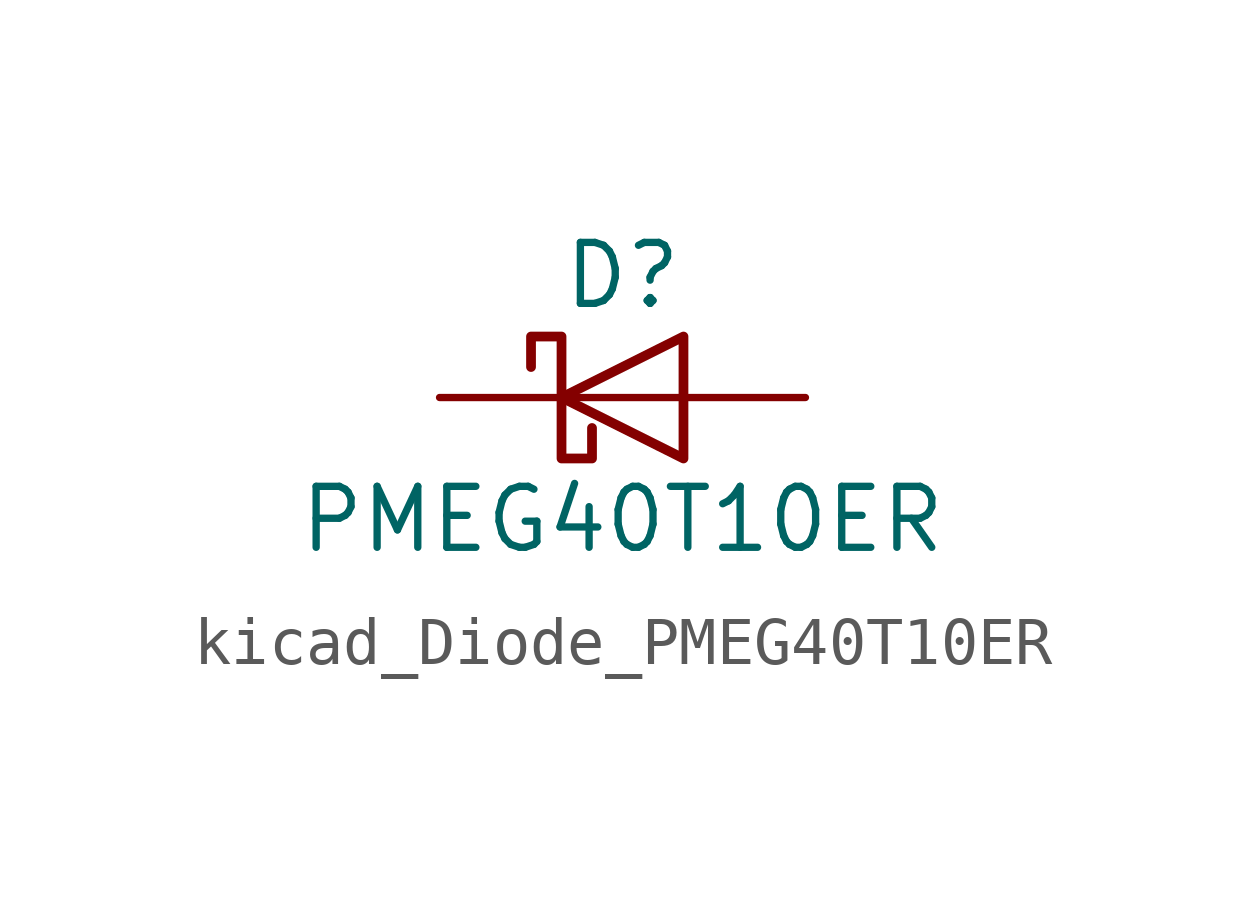
<source format=kicad_sym>
(kicad_symbol_lib
  (version 20220914)
  (generator kicad_symbol_editor)
  (symbol "kicad_Diode_PMEG40T10ER"
    (pin_numbers hide)
    (pin_names hide)
    (property "Reference" "D"
      (at 0 2.54 0)
      (effects (font (size 1.27 1.27))))
    (property "Value" "PMEG40T10ER"
      (at 0 -2.54 0)
      (effects (font (size 1.27 1.27))))
    (symbol "kicad_Diode_PMEG40T10ER_0_1"
      (polyline (pts (xy 1.27 0) (xy -1.27 0)) (stroke (width 0) (type default)) (fill (type none)))
      (polyline (pts (xy 1.27 1.27) (xy 1.27 -1.27) (xy -1.27 0) (xy 1.27 1.27)) (stroke (width 0.203) (type default)) (fill (type none)))
      (polyline (pts (xy -1.905 0.635) (xy -1.905 1.27) (xy -1.27 1.27) (xy -1.27 -1.27) (xy -0.635 -1.27) (xy -0.635 -0.635)) (stroke (width 0.203) (type default)) (fill (type none))))
    (symbol "kicad_Diode_PMEG40T10ER_1_1"
      (pin passive line (at -3.81 0 0) (length 2.54) (name "K" (effects (font (size 1.27 1.27)))) (number "1" (effects (font (size 1.27 1.27)))))
      (pin passive line (at 3.81 0 180) (length 2.54) (name "A" (effects (font (size 1.27 1.27)))) (number "2" (effects (font (size 1.27 1.27))))))))
</source>
